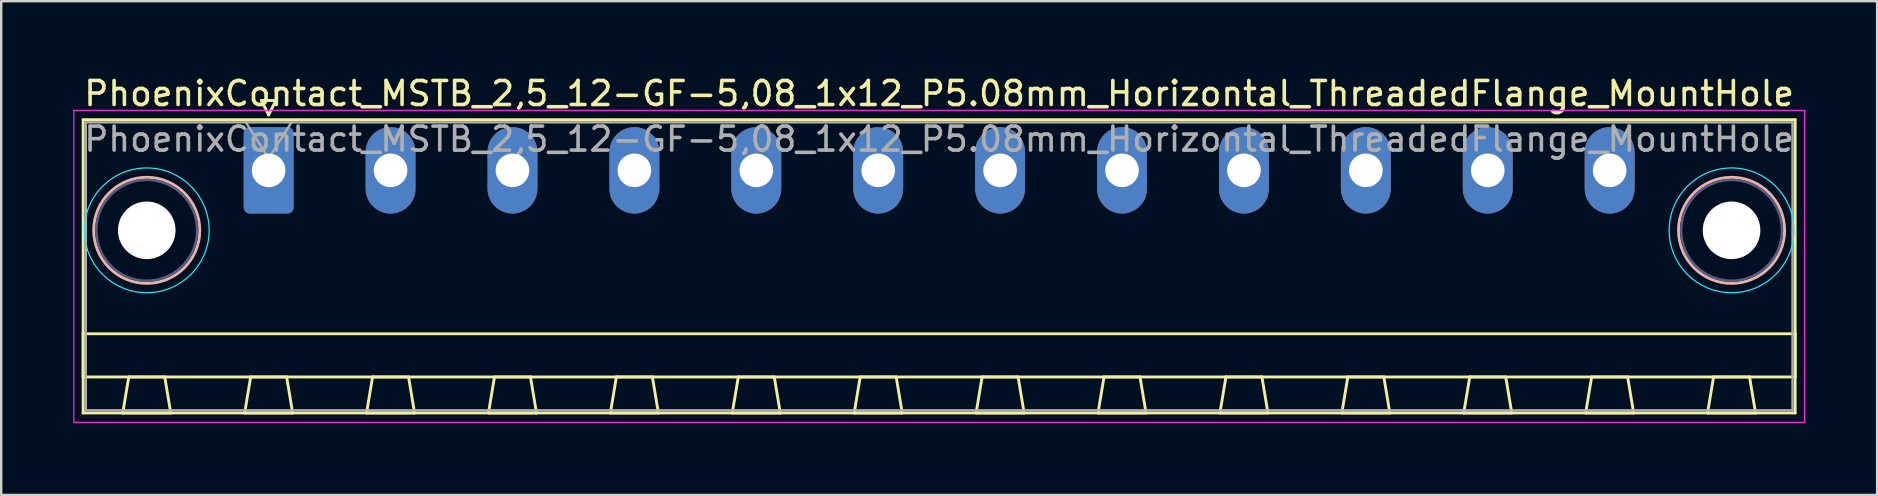
<source format=kicad_pcb>
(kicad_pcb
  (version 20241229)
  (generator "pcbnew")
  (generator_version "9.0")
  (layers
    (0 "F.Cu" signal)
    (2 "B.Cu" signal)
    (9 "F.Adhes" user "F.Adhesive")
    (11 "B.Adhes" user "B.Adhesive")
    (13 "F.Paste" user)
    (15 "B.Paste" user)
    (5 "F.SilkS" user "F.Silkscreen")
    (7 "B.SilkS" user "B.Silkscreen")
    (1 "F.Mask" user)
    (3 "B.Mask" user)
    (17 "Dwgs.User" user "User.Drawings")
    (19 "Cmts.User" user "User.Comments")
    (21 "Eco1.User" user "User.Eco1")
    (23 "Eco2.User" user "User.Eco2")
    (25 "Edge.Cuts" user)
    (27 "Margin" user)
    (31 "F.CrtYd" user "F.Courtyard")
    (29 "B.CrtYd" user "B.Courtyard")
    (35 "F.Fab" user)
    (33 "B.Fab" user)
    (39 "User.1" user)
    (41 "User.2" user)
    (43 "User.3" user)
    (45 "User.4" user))
  (footprint "PhoenixContact_MSTB_2,5_12-GF-5,08_1x12_P5.08mm_Horizontal_ThreadedFlange_MountHole"
    (layer "F.Cu")
    (at 8.145 4.048)
    (property "Reference" "PhoenixContact_MSTB_2,5_12-GF-5,08_1x12_P5.08mm_Horizontal_ThreadedFlange_MountHole" (at 27.94 -3.2 0) (layer "F.SilkS") (effects (font (size 1 1) (thickness 0.15))))
    (attr through_hole)
    (fp_line (start -7.73 -2.11) (end -7.73 10.11) (stroke (width 0.12) (type solid)) (layer "F.SilkS"))
    (fp_line (start -7.73 6.81) (end 63.61 6.81) (stroke (width 0.12) (type solid)) (layer "F.SilkS"))
    (fp_line (start -7.73 8.61) (end -7.73 6.81) (stroke (width 0.12) (type solid)) (layer "F.SilkS"))
    (fp_line (start -7.73 10.11) (end 63.61 10.11) (stroke (width 0.12) (type solid)) (layer "F.SilkS"))
    (fp_line (start -6.08 10.11) (end -4.08 10.11) (stroke (width 0.12) (type solid)) (layer "F.SilkS"))
    (fp_line (start -5.83 8.61) (end -6.08 10.11) (stroke (width 0.12) (type solid)) (layer "F.SilkS"))
    (fp_line (start -4.33 8.61) (end -5.83 8.61) (stroke (width 0.12) (type solid)) (layer "F.SilkS"))
    (fp_line (start -4.08 10.11) (end -4.33 8.61) (stroke (width 0.12) (type solid)) (layer "F.SilkS"))
    (fp_line (start -1 10.11) (end 1 10.11) (stroke (width 0.12) (type solid)) (layer "F.SilkS"))
    (fp_line (start -0.75 8.61) (end -1 10.11) (stroke (width 0.12) (type solid)) (layer "F.SilkS"))
    (fp_line (start -0.3 -2.91) (end 0.3 -2.91) (stroke (width 0.12) (type solid)) (layer "F.SilkS"))
    (fp_line (start 0 -2.31) (end -0.3 -2.91) (stroke (width 0.12) (type solid)) (layer "F.SilkS"))
    (fp_line (start 0.3 -2.91) (end 0 -2.31) (stroke (width 0.12) (type solid)) (layer "F.SilkS"))
    (fp_line (start 0.75 8.61) (end -0.75 8.61) (stroke (width 0.12) (type solid)) (layer "F.SilkS"))
    (fp_line (start 1 10.11) (end 0.75 8.61) (stroke (width 0.12) (type solid)) (layer "F.SilkS"))
    (fp_line (start 4.08 10.11) (end 6.08 10.11) (stroke (width 0.12) (type solid)) (layer "F.SilkS"))
    (fp_line (start 4.33 8.61) (end 4.08 10.11) (stroke (width 0.12) (type solid)) (layer "F.SilkS"))
    (fp_line (start 5.83 8.61) (end 4.33 8.61) (stroke (width 0.12) (type solid)) (layer "F.SilkS"))
    (fp_line (start 6.08 10.11) (end 5.83 8.61) (stroke (width 0.12) (type solid)) (layer "F.SilkS"))
    (fp_line (start 9.16 10.11) (end 11.16 10.11) (stroke (width 0.12) (type solid)) (layer "F.SilkS"))
    (fp_line (start 9.41 8.61) (end 9.16 10.11) (stroke (width 0.12) (type solid)) (layer "F.SilkS"))
    (fp_line (start 10.91 8.61) (end 9.41 8.61) (stroke (width 0.12) (type solid)) (layer "F.SilkS"))
    (fp_line (start 11.16 10.11) (end 10.91 8.61) (stroke (width 0.12) (type solid)) (layer "F.SilkS"))
    (fp_line (start 14.24 10.11) (end 16.24 10.11) (stroke (width 0.12) (type solid)) (layer "F.SilkS"))
    (fp_line (start 14.49 8.61) (end 14.24 10.11) (stroke (width 0.12) (type solid)) (layer "F.SilkS"))
    (fp_line (start 15.99 8.61) (end 14.49 8.61) (stroke (width 0.12) (type solid)) (layer "F.SilkS"))
    (fp_line (start 16.24 10.11) (end 15.99 8.61) (stroke (width 0.12) (type solid)) (layer "F.SilkS"))
    (fp_line (start 19.32 10.11) (end 21.32 10.11) (stroke (width 0.12) (type solid)) (layer "F.SilkS"))
    (fp_line (start 19.57 8.61) (end 19.32 10.11) (stroke (width 0.12) (type solid)) (layer "F.SilkS"))
    (fp_line (start 21.07 8.61) (end 19.57 8.61) (stroke (width 0.12) (type solid)) (layer "F.SilkS"))
    (fp_line (start 21.32 10.11) (end 21.07 8.61) (stroke (width 0.12) (type solid)) (layer "F.SilkS"))
    (fp_line (start 24.4 10.11) (end 26.4 10.11) (stroke (width 0.12) (type solid)) (layer "F.SilkS"))
    (fp_line (start 24.65 8.61) (end 24.4 10.11) (stroke (width 0.12) (type solid)) (layer "F.SilkS"))
    (fp_line (start 26.15 8.61) (end 24.65 8.61) (stroke (width 0.12) (type solid)) (layer "F.SilkS"))
    (fp_line (start 26.4 10.11) (end 26.15 8.61) (stroke (width 0.12) (type solid)) (layer "F.SilkS"))
    (fp_line (start 29.48 10.11) (end 31.48 10.11) (stroke (width 0.12) (type solid)) (layer "F.SilkS"))
    (fp_line (start 29.73 8.61) (end 29.48 10.11) (stroke (width 0.12) (type solid)) (layer "F.SilkS"))
    (fp_line (start 31.23 8.61) (end 29.73 8.61) (stroke (width 0.12) (type solid)) (layer "F.SilkS"))
    (fp_line (start 31.48 10.11) (end 31.23 8.61) (stroke (width 0.12) (type solid)) (layer "F.SilkS"))
    (fp_line (start 34.56 10.11) (end 36.56 10.11) (stroke (width 0.12) (type solid)) (layer "F.SilkS"))
    (fp_line (start 34.81 8.61) (end 34.56 10.11) (stroke (width 0.12) (type solid)) (layer "F.SilkS"))
    (fp_line (start 36.31 8.61) (end 34.81 8.61) (stroke (width 0.12) (type solid)) (layer "F.SilkS"))
    (fp_line (start 36.56 10.11) (end 36.31 8.61) (stroke (width 0.12) (type solid)) (layer "F.SilkS"))
    (fp_line (start 39.64 10.11) (end 41.64 10.11) (stroke (width 0.12) (type solid)) (layer "F.SilkS"))
    (fp_line (start 39.89 8.61) (end 39.64 10.11) (stroke (width 0.12) (type solid)) (layer "F.SilkS"))
    (fp_line (start 41.39 8.61) (end 39.89 8.61) (stroke (width 0.12) (type solid)) (layer "F.SilkS"))
    (fp_line (start 41.64 10.11) (end 41.39 8.61) (stroke (width 0.12) (type solid)) (layer "F.SilkS"))
    (fp_line (start 44.72 10.11) (end 46.72 10.11) (stroke (width 0.12) (type solid)) (layer "F.SilkS"))
    (fp_line (start 44.97 8.61) (end 44.72 10.11) (stroke (width 0.12) (type solid)) (layer "F.SilkS"))
    (fp_line (start 46.47 8.61) (end 44.97 8.61) (stroke (width 0.12) (type solid)) (layer "F.SilkS"))
    (fp_line (start 46.72 10.11) (end 46.47 8.61) (stroke (width 0.12) (type solid)) (layer "F.SilkS"))
    (fp_line (start 49.8 10.11) (end 51.8 10.11) (stroke (width 0.12) (type solid)) (layer "F.SilkS"))
    (fp_line (start 50.05 8.61) (end 49.8 10.11) (stroke (width 0.12) (type solid)) (layer "F.SilkS"))
    (fp_line (start 51.55 8.61) (end 50.05 8.61) (stroke (width 0.12) (type solid)) (layer "F.SilkS"))
    (fp_line (start 51.8 10.11) (end 51.55 8.61) (stroke (width 0.12) (type solid)) (layer "F.SilkS"))
    (fp_line (start 54.88 10.11) (end 56.88 10.11) (stroke (width 0.12) (type solid)) (layer "F.SilkS"))
    (fp_line (start 55.13 8.61) (end 54.88 10.11) (stroke (width 0.12) (type solid)) (layer "F.SilkS"))
    (fp_line (start 56.63 8.61) (end 55.13 8.61) (stroke (width 0.12) (type solid)) (layer "F.SilkS"))
    (fp_line (start 56.88 10.11) (end 56.63 8.61) (stroke (width 0.12) (type solid)) (layer "F.SilkS"))
    (fp_line (start 59.96 10.11) (end 61.96 10.11) (stroke (width 0.12) (type solid)) (layer "F.SilkS"))
    (fp_line (start 60.21 8.61) (end 59.96 10.11) (stroke (width 0.12) (type solid)) (layer "F.SilkS"))
    (fp_line (start 61.71 8.61) (end 60.21 8.61) (stroke (width 0.12) (type solid)) (layer "F.SilkS"))
    (fp_line (start 61.96 10.11) (end 61.71 8.61) (stroke (width 0.12) (type solid)) (layer "F.SilkS"))
    (fp_line (start 63.61 -2.11) (end -7.73 -2.11) (stroke (width 0.12) (type solid)) (layer "F.SilkS"))
    (fp_line (start 63.61 6.81) (end 63.61 8.61) (stroke (width 0.12) (type solid)) (layer "F.SilkS"))
    (fp_line (start 63.61 8.61) (end -7.73 8.61) (stroke (width 0.12) (type solid)) (layer "F.SilkS"))
    (fp_line (start 63.61 10.11) (end 63.61 -2.11) (stroke (width 0.12) (type solid)) (layer "F.SilkS"))
    (fp_circle (center -5.08 2.5) (end -2.87 2.5) (stroke (width 0.12) (type solid)) (fill no) (layer "B.SilkS"))
    (fp_circle (center 60.96 2.5) (end 63.17 2.5) (stroke (width 0.12) (type solid)) (fill no) (layer "B.SilkS"))
    (fp_circle (center -5.08 2.5) (end -2.48 2.5) (stroke (width 0.05) (type solid)) (fill no) (layer "B.CrtYd"))
    (fp_circle (center 60.96 2.5) (end 63.56 2.5) (stroke (width 0.05) (type solid)) (fill no) (layer "B.CrtYd"))
    (fp_line (start -8.12 -2.5) (end -8.12 10.5) (stroke (width 0.05) (type solid)) (layer "F.CrtYd"))
    (fp_line (start -8.12 10.5) (end 64 10.5) (stroke (width 0.05) (type solid)) (layer "F.CrtYd"))
    (fp_line (start 64 -2.5) (end -8.12 -2.5) (stroke (width 0.05) (type solid)) (layer "F.CrtYd"))
    (fp_line (start 64 10.5) (end 64 -2.5) (stroke (width 0.05) (type solid)) (layer "F.CrtYd"))
    (fp_circle (center -5.08 2.5) (end -2.98 2.5) (stroke (width 0.1) (type solid)) (fill no) (layer "B.Fab"))
    (fp_circle (center 60.96 2.5) (end 63.06 2.5) (stroke (width 0.1) (type solid)) (fill no) (layer "B.Fab"))
    (fp_line (start -7.62 -2) (end -7.62 10) (stroke (width 0.1) (type solid)) (layer "F.Fab"))
    (fp_line (start -7.62 10) (end 63.5 10) (stroke (width 0.1) (type solid)) (layer "F.Fab"))
    (fp_line (start 0 -0.5) (end -0.95 -2) (stroke (width 0.1) (type solid)) (layer "F.Fab"))
    (fp_line (start 0.95 -2) (end 0 -0.5) (stroke (width 0.1) (type solid)) (layer "F.Fab"))
    (fp_line (start 63.5 -2) (end -7.62 -2) (stroke (width 0.1) (type solid)) (layer "F.Fab"))
    (fp_line (start 63.5 10) (end 63.5 -2) (stroke (width 0.1) (type solid)) (layer "F.Fab"))
    (fp_text user "${REFERENCE}" (at 27.94 -1.3 0) (layer "F.Fab") (effects (font (size 1 1) (thickness 0.15))))
    (pad "" np_thru_hole circle (at -5.08 2.5) (size 2.4 2.4) (drill 2.4) (layers "*.Cu" "*.Mask"))
    (pad "" np_thru_hole circle (at 60.96 2.5) (size 2.4 2.4) (drill 2.4) (layers "*.Cu" "*.Mask"))
    (pad "1" thru_hole roundrect (at 0 0) (size 2.08 3.6) (drill 1.4) (layers "*.Cu" "*.Mask") (roundrect_rratio 0.12))
    (pad "2" thru_hole oval (at 5.08 0) (size 2.08 3.6) (drill 1.4) (layers "*.Cu" "*.Mask"))
    (pad "3" thru_hole oval (at 10.16 0) (size 2.08 3.6) (drill 1.4) (layers "*.Cu" "*.Mask"))
    (pad "4" thru_hole oval (at 15.24 0) (size 2.08 3.6) (drill 1.4) (layers "*.Cu" "*.Mask"))
    (pad "5" thru_hole oval (at 20.32 0) (size 2.08 3.6) (drill 1.4) (layers "*.Cu" "*.Mask"))
    (pad "6" thru_hole oval (at 25.4 0) (size 2.08 3.6) (drill 1.4) (layers "*.Cu" "*.Mask"))
    (pad "7" thru_hole oval (at 30.48 0) (size 2.08 3.6) (drill 1.4) (layers "*.Cu" "*.Mask"))
    (pad "8" thru_hole oval (at 35.56 0) (size 2.08 3.6) (drill 1.4) (layers "*.Cu" "*.Mask"))
    (pad "9" thru_hole oval (at 40.64 0) (size 2.08 3.6) (drill 1.4) (layers "*.Cu" "*.Mask"))
    (pad "10" thru_hole oval (at 45.72 0) (size 2.08 3.6) (drill 1.4) (layers "*.Cu" "*.Mask"))
    (pad "11" thru_hole oval (at 50.8 0) (size 2.08 3.6) (drill 1.4) (layers "*.Cu" "*.Mask"))
    (pad "12" thru_hole oval (at 55.88 0) (size 2.08 3.6) (drill 1.4) (layers "*.Cu" "*.Mask")))
  (gr_rect
    (start -3 -3)
    (end 75.17 17.573)
    (stroke (width 0.1) (type default))
    (fill no)
    (layer "Edge.Cuts")))
</source>
